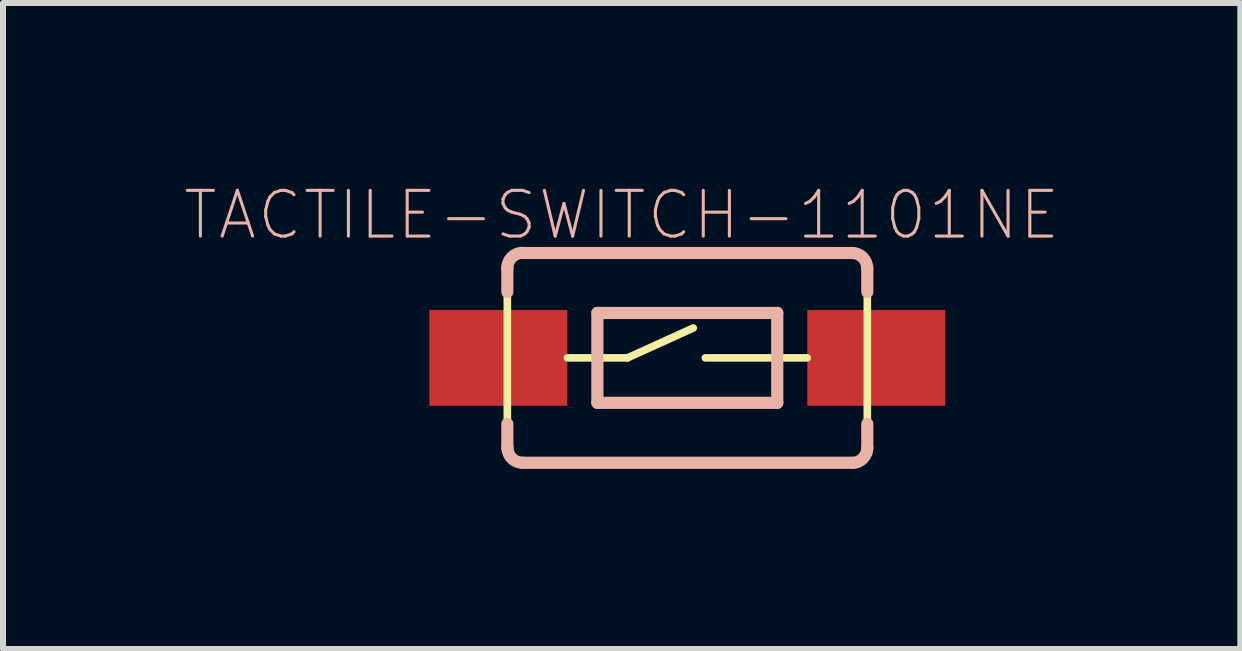
<source format=kicad_pcb>
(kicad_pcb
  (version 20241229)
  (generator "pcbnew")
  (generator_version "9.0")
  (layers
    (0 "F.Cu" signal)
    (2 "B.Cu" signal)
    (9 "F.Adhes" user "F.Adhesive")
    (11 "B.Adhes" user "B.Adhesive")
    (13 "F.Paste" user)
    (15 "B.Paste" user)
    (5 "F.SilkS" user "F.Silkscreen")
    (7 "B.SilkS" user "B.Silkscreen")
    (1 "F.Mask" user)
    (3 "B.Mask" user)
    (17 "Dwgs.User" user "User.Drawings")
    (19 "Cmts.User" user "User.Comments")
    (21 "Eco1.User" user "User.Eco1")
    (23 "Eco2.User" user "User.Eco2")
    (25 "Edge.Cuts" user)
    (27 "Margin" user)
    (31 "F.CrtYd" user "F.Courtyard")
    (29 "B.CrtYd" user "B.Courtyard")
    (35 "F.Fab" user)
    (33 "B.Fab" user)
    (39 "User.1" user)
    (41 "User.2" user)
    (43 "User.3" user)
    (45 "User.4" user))
  (footprint "TACTILE-SWITCH-1101NE"
    (layer "F.Cu")
    (at 8.406 2.915)
    (property "Reference" "TACTILE-SWITCH-1101NE" (at -1.095 -2.38 0) (layer "B.SilkS") (effects (font (size 0.762 0.762) (thickness 0.051))))
    (attr smd)
    (fp_line (start -3 -1.1) (end -3 1.1) (stroke (width 0.127) (type solid)) (layer "F.SilkS"))
    (fp_line (start -1.999 0) (end -0.998 0) (stroke (width 0.127) (type solid)) (layer "F.SilkS"))
    (fp_line (start -0.998 0) (end 0.099 -0.498) (stroke (width 0.127) (type solid)) (layer "F.SilkS"))
    (fp_line (start 0.3 0) (end 1.999 0) (stroke (width 0.127) (type solid)) (layer "F.SilkS"))
    (fp_line (start 3 -1.1) (end 3 1.1) (stroke (width 0.127) (type solid)) (layer "F.SilkS"))
    (fp_line (start -3 -1.1) (end -3 -1.499) (stroke (width 0.203) (type solid)) (layer "B.SilkS"))
    (fp_line (start -3 1.499) (end -3 1.1) (stroke (width 0.203) (type solid)) (layer "B.SilkS"))
    (fp_line (start -2.748 -1.748) (end 2.748 -1.748) (stroke (width 0.203) (type solid)) (layer "B.SilkS"))
    (fp_line (start -1.499 -0.749) (end 1.499 -0.749) (stroke (width 0.203) (type solid)) (layer "B.SilkS"))
    (fp_line (start -1.499 0.749) (end -1.499 -0.749) (stroke (width 0.203) (type solid)) (layer "B.SilkS"))
    (fp_line (start 1.499 0.749) (end -1.499 0.749) (stroke (width 0.203) (type solid)) (layer "B.SilkS"))
    (fp_line (start 1.499 0.749) (end 1.499 -0.749) (stroke (width 0.203) (type solid)) (layer "B.SilkS"))
    (fp_line (start 2.748 1.748) (end -2.748 1.748) (stroke (width 0.203) (type solid)) (layer "B.SilkS"))
    (fp_line (start 3 -1.1) (end 3 -1.499) (stroke (width 0.203) (type solid)) (layer "B.SilkS"))
    (fp_line (start 3 1.499) (end 3 1.1) (stroke (width 0.203) (type solid)) (layer "B.SilkS"))
    (fp_arc (start -2.99974 -1.4986) (mid -2.926089 -1.676409) (end -2.74828 -1.75006) (stroke (width 0.2032) (type solid)) (layer "B.SilkS"))
    (fp_arc (start -2.74828 1.74752) (mid -2.924293 1.674613) (end -2.9972 1.4986) (stroke (width 0.2032) (type solid)) (layer "B.SilkS"))
    (fp_arc (start 2.74828 -1.74752) (mid 2.924293 -1.674613) (end 2.9972 -1.4986) (stroke (width 0.2032) (type solid)) (layer "B.SilkS"))
    (fp_arc (start 2.99974 1.4986) (mid 2.926089 1.676409) (end 2.74828 1.75006) (stroke (width 0.2032) (type solid)) (layer "B.SilkS"))
    (pad "1" smd rect (at -3.15 0 180) (size 2.299 1.598) (layers "F.Cu" "F.Mask" "F.Paste"))
    (pad "2" smd rect (at 3.15 0 180) (size 2.299 1.598) (layers "F.Cu" "F.Mask" "F.Paste")))
  (gr_rect
    (start -3 -3)
    (end 17.623 7.767)
    (stroke (width 0.1) (type default))
    (fill no)
    (layer "Edge.Cuts")))
</source>
